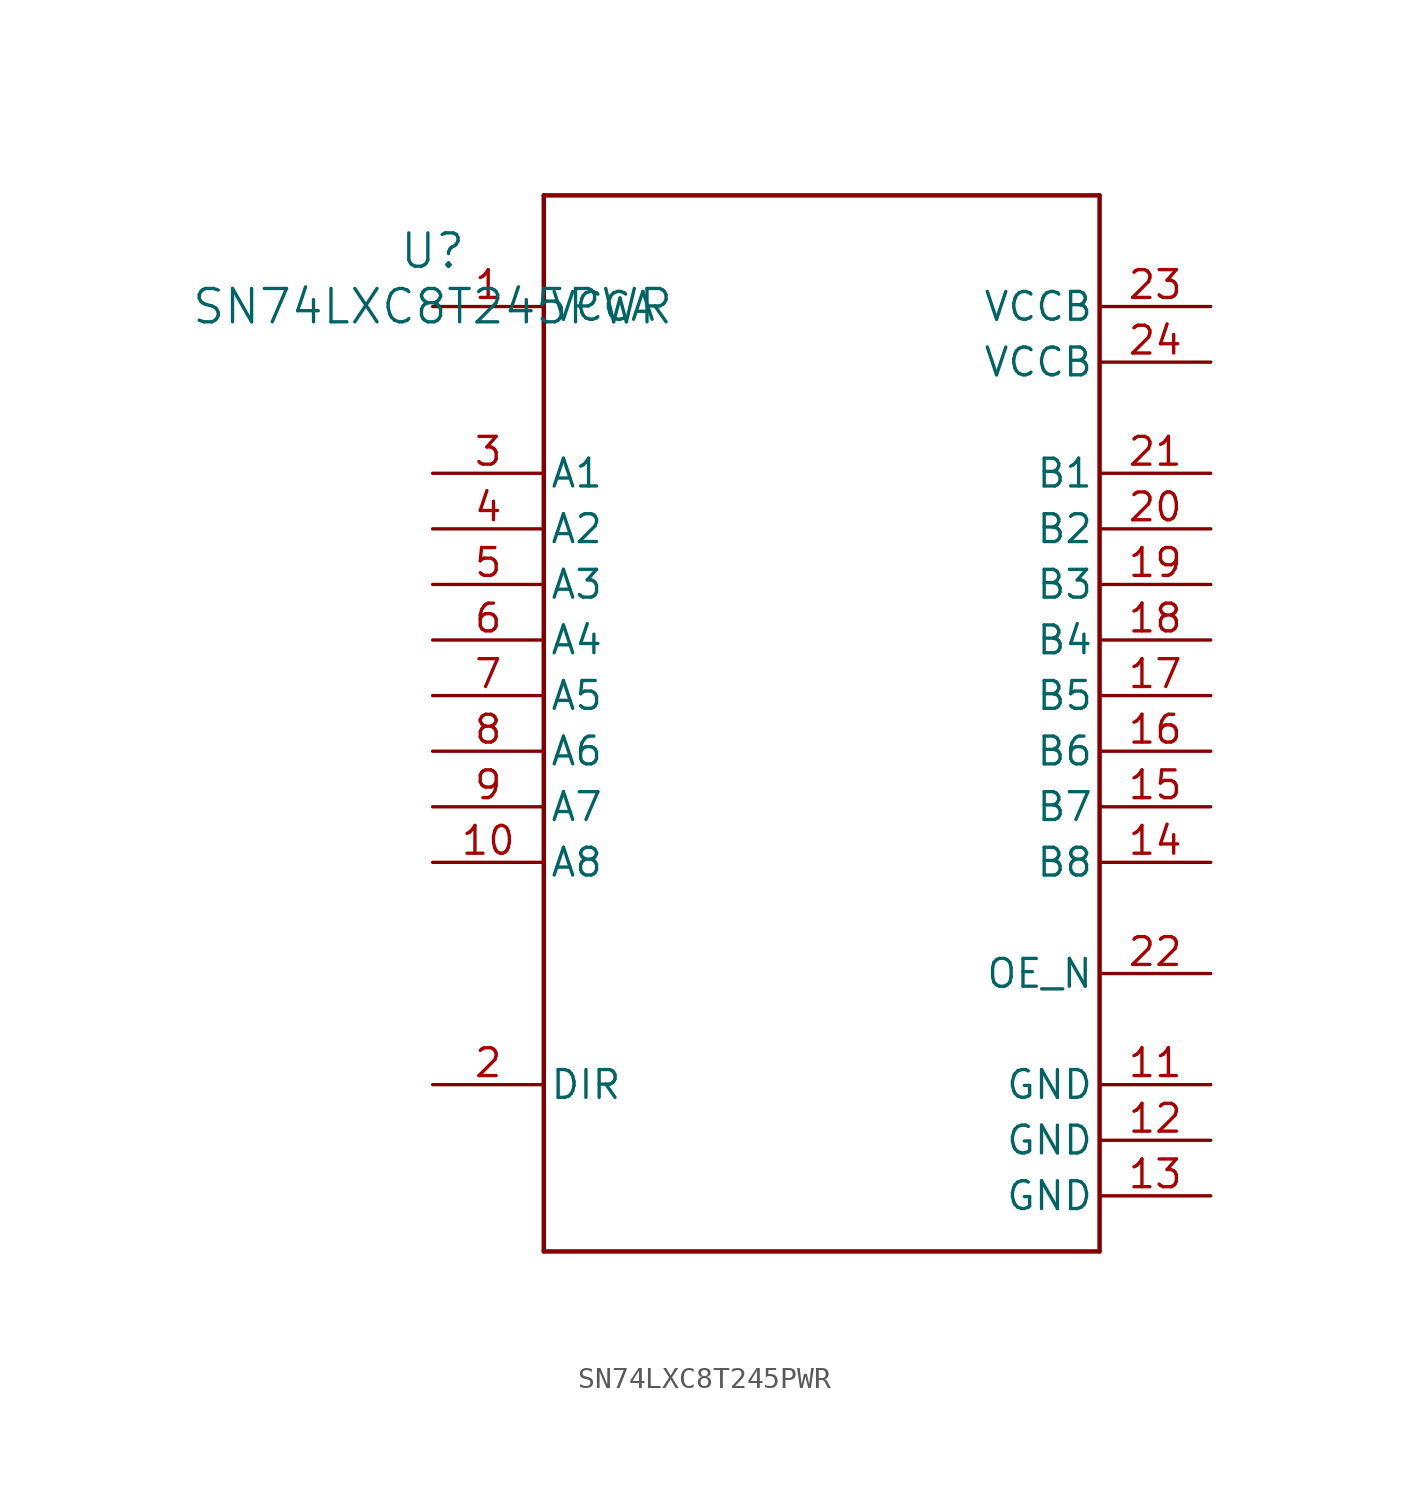
<source format=kicad_sym>
(kicad_symbol_lib
  (version 20211014)
  (generator kicad_symbol_editor)
  (symbol "SN74LXC8T245PWR"
    (pin_names
      (offset 0.254))
    (property "Reference" "U"
      (at 0 2.54 0)
      (effects (font (size 1.524 1.524))))
    (property "Value" "SN74LXC8T245PWR"
      (at 0 0 0)
      (effects (font (size 1.524 1.524))))
    (symbol "SN74LXC8T245PWR_0_1"
      (polyline (pts (xy 5.08 -43.18) (xy 30.48 -43.18)) (stroke (width 0.203) (type default) (color 0 0 0 0)) (fill (type none)))
      (polyline (pts (xy 30.48 -43.18) (xy 30.48 5.08)) (stroke (width 0.203) (type default) (color 0 0 0 0)) (fill (type none)))
      (polyline (pts (xy 30.48 5.08) (xy 5.08 5.08)) (stroke (width 0.203) (type default) (color 0 0 0 0)) (fill (type none)))
      (polyline (pts (xy 5.08 5.08) (xy 5.08 -43.18)) (stroke (width 0.203) (type default) (color 0 0 0 0)) (fill (type none)))
      (pin power_in line (at 0 0 0) (length 5.08) (name "VCCA" (effects (font (size 1.27 1.27)))) (number "1" (effects (font (size 1.27 1.27)))))
      (pin input line (at 0 -35.56 0) (length 5.08) (name "DIR" (effects (font (size 1.27 1.27)))) (number "2" (effects (font (size 1.27 1.27)))))
      (pin bidirectional line (at 0 -7.62 0) (length 5.08) (name "A1" (effects (font (size 1.27 1.27)))) (number "3" (effects (font (size 1.27 1.27)))))
      (pin bidirectional line (at 0 -10.16 0) (length 5.08) (name "A2" (effects (font (size 1.27 1.27)))) (number "4" (effects (font (size 1.27 1.27)))))
      (pin bidirectional line (at 0 -12.7 0) (length 5.08) (name "A3" (effects (font (size 1.27 1.27)))) (number "5" (effects (font (size 1.27 1.27)))))
      (pin bidirectional line (at 0 -15.24 0) (length 5.08) (name "A4" (effects (font (size 1.27 1.27)))) (number "6" (effects (font (size 1.27 1.27)))))
      (pin bidirectional line (at 0 -17.78 0) (length 5.08) (name "A5" (effects (font (size 1.27 1.27)))) (number "7" (effects (font (size 1.27 1.27)))))
      (pin bidirectional line (at 0 -20.32 0) (length 5.08) (name "A6" (effects (font (size 1.27 1.27)))) (number "8" (effects (font (size 1.27 1.27)))))
      (pin bidirectional line (at 0 -22.86 0) (length 5.08) (name "A7" (effects (font (size 1.27 1.27)))) (number "9" (effects (font (size 1.27 1.27)))))
      (pin bidirectional line (at 0 -25.4 0) (length 5.08) (name "A8" (effects (font (size 1.27 1.27)))) (number "10" (effects (font (size 1.27 1.27)))))
      (pin unspecified line (at 35.56 -35.56 180) (length 5.08) (name "GND" (effects (font (size 1.27 1.27)))) (number "11" (effects (font (size 1.27 1.27)))))
      (pin unspecified line (at 35.56 -38.1 180) (length 5.08) (name "GND" (effects (font (size 1.27 1.27)))) (number "12" (effects (font (size 1.27 1.27)))))
      (pin unspecified line (at 35.56 -40.64 180) (length 5.08) (name "GND" (effects (font (size 1.27 1.27)))) (number "13" (effects (font (size 1.27 1.27)))))
      (pin bidirectional line (at 35.56 -25.4 180) (length 5.08) (name "B8" (effects (font (size 1.27 1.27)))) (number "14" (effects (font (size 1.27 1.27)))))
      (pin bidirectional line (at 35.56 -22.86 180) (length 5.08) (name "B7" (effects (font (size 1.27 1.27)))) (number "15" (effects (font (size 1.27 1.27)))))
      (pin bidirectional line (at 35.56 -20.32 180) (length 5.08) (name "B6" (effects (font (size 1.27 1.27)))) (number "16" (effects (font (size 1.27 1.27)))))
      (pin bidirectional line (at 35.56 -17.78 180) (length 5.08) (name "B5" (effects (font (size 1.27 1.27)))) (number "17" (effects (font (size 1.27 1.27)))))
      (pin bidirectional line (at 35.56 -15.24 180) (length 5.08) (name "B4" (effects (font (size 1.27 1.27)))) (number "18" (effects (font (size 1.27 1.27)))))
      (pin bidirectional line (at 35.56 -12.7 180) (length 5.08) (name "B3" (effects (font (size 1.27 1.27)))) (number "19" (effects (font (size 1.27 1.27)))))
      (pin bidirectional line (at 35.56 -10.16 180) (length 5.08) (name "B2" (effects (font (size 1.27 1.27)))) (number "20" (effects (font (size 1.27 1.27)))))
      (pin bidirectional line (at 35.56 -7.62 180) (length 5.08) (name "B1" (effects (font (size 1.27 1.27)))) (number "21" (effects (font (size 1.27 1.27)))))
      (pin input line (at 35.56 -30.48 180) (length 5.08) (name "OE_N" (effects (font (size 1.27 1.27)))) (number "22" (effects (font (size 1.27 1.27)))))
      (pin power_in line (at 35.56 0 180) (length 5.08) (name "VCCB" (effects (font (size 1.27 1.27)))) (number "23" (effects (font (size 1.27 1.27)))))
      (pin power_in line (at 35.56 -2.54 180) (length 5.08) (name "VCCB" (effects (font (size 1.27 1.27)))) (number "24" (effects (font (size 1.27 1.27))))))))
</source>
